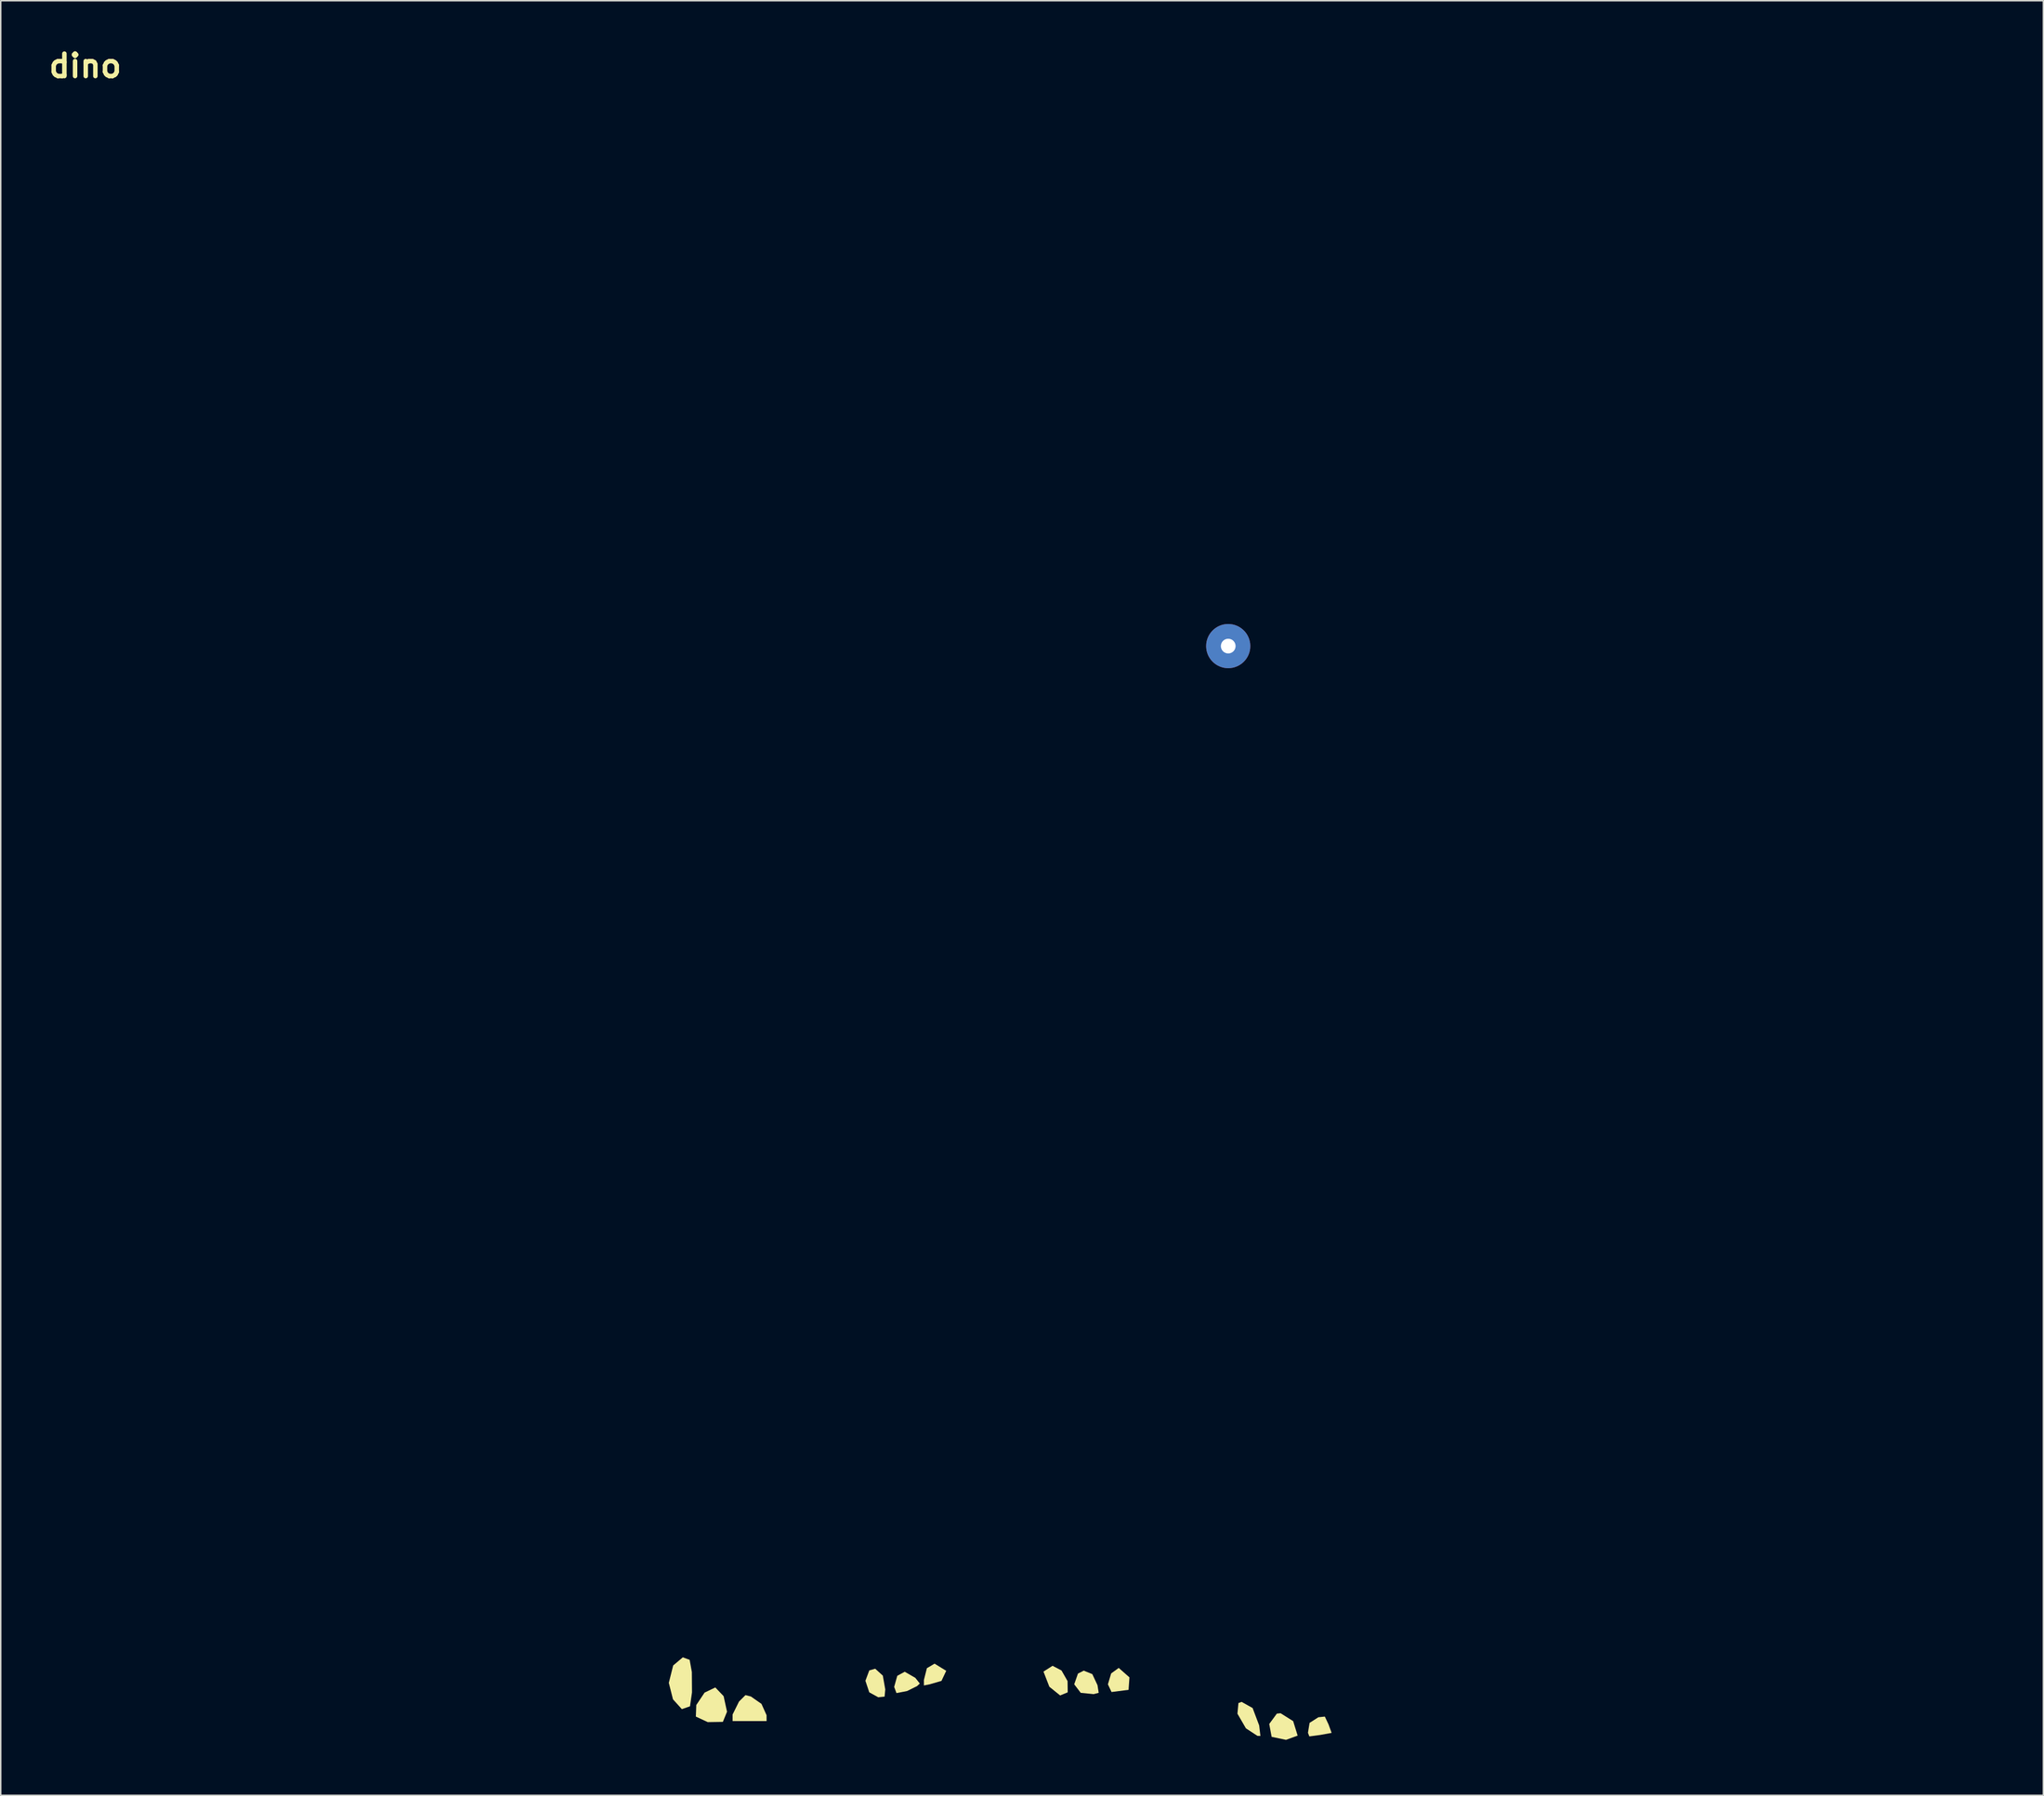
<source format=kicad_pcb>
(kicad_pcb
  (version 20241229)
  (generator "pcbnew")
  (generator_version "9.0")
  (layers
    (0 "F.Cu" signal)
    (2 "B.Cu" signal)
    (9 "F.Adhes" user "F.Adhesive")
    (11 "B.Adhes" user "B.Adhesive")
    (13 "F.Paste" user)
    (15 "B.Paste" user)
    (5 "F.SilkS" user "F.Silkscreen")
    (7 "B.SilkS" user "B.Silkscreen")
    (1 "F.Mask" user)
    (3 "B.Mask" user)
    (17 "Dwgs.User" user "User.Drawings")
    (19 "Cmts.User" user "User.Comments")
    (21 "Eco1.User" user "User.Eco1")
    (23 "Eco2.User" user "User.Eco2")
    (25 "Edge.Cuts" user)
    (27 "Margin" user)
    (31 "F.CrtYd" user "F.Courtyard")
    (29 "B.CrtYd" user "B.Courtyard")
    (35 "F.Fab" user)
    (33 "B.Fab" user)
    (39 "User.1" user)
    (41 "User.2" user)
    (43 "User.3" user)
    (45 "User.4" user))
  (footprint "dino"
    (layer "F.Cu")
    (at 2.736 4.474)
    (property "Reference" "dino" (at 0 -3.048 0) (layer "F.SilkS") (effects (font (size 1.524 1.524) (thickness 0.305))))
    (attr exclude_from_pos_files exclude_from_bom)
    (fp_poly (pts (xy 25.336 74.211) (xy 24.808 73.59) (xy 25.21 74.554) (xy 25.336 74.211)) (stroke (width 0) (type solid)) (fill yes) (layer "F.Mask"))
    (fp_poly (pts (xy 70.174 105.732) (xy 69.661 106.107) (xy 69.44 106.846) (xy 69.686 107.369) (xy 70.841 107.221) (xy 70.902 106.374) (xy 70.174 105.732)) (stroke (width 0) (type solid)) (fill yes) (layer "F.Mask"))
    (fp_poly (pts (xy 65.682 105.588) (xy 65.065 105.982) (xy 65.464 107.01) (xy 66.196 107.601) (xy 66.711 107.39) (xy 66.7 106.626) (xy 66.29 105.907) (xy 65.682 105.588)) (stroke (width 0) (type solid)) (fill yes) (layer "F.Mask"))
    (fp_poly (pts (xy 42.783 107.059) (xy 42.054 107.409) (xy 41.491 108.252) (xy 41.461 109.037) (xy 42.269 109.412) (xy 43.296 109.396) (xy 43.578 108.705) (xy 43.347 107.649) (xy 42.783 107.059)) (stroke (width 0) (type solid)) (fill yes) (layer "F.Mask"))
    (fp_poly (pts (xy 55.644 105.992) (xy 55.138 106.268) (xy 54.927 107.021) (xy 55.084 107.44) (xy 55.808 107.301) (xy 56.482 106.965) (xy 56.668 106.793) (xy 56.365 106.408) (xy 55.644 105.992)) (stroke (width 0) (type solid)) (fill yes) (layer "F.Mask"))
    (fp_poly (pts (xy 57.671 105.443) (xy 57.149 105.751) (xy 56.947 106.551) (xy 56.947 106.923) (xy 57.345 106.843) (xy 58.139 106.613) (xy 58.461 105.929) (xy 57.671 105.443) (xy 57.671 105.443)) (stroke (width 0) (type solid)) (fill yes) (layer "F.Mask"))
    (fp_poly (pts (xy 81.164 108.809) (xy 80.911 108.835) (xy 80.394 109.538) (xy 80.556 110.411) (xy 81.534 110.616) (xy 82.323 110.329) (xy 82.018 109.345) (xy 81.164 108.809) (xy 81.164 108.809)) (stroke (width 0) (type solid)) (fill yes) (layer "F.Mask"))
    (fp_poly (pts (xy 84.169 109.037) (xy 83.73 109.082) (xy 83.132 109.465) (xy 83.023 110.136) (xy 83.117 110.383) (xy 83.85 110.285) (xy 84.63 110.144) (xy 84.42 109.568) (xy 84.169 109.037)) (stroke (width 0) (type solid)) (fill yes) (layer "F.Mask"))
    (fp_poly (pts (xy 44.83 107.578) (xy 44.393 108.015) (xy 43.956 108.896) (xy 43.956 109.34) (xy 45.112 109.34) (xy 46.265 109.34) (xy 46.263 108.943) (xy 45.917 108.174) (xy 45.198 107.672) (xy 44.83 107.578)) (stroke (width 0) (type solid)) (fill yes) (layer "F.Mask"))
    (fp_poly (pts (xy 53.64 105.786) (xy 53.238 105.901) (xy 52.975 106.604) (xy 53.237 107.39) (xy 53.844 107.724) (xy 54.276 107.681) (xy 54.323 107.195) (xy 54.157 106.255) (xy 53.64 105.786) (xy 53.64 105.786)) (stroke (width 0) (type solid)) (fill yes) (layer "F.Mask"))
    (fp_poly (pts (xy 67.799 105.917) (xy 67.407 106.117) (xy 67.152 106.845) (xy 67.595 107.424) (xy 68.473 107.512) (xy 68.814 107.423) (xy 68.732 106.902) (xy 68.38 106.153) (xy 67.799 105.917) (xy 67.799 105.917)) (stroke (width 0) (type solid)) (fill yes) (layer "F.Mask"))
    (fp_poly (pts (xy 78.519 108.039) (xy 78.303 108.118) (xy 78.235 108.84) (xy 78.811 109.835) (xy 79.593 110.346) (xy 79.795 110.351) (xy 79.71 109.636) (xy 79.265 108.456) (xy 78.519 108.039) (xy 78.519 108.039)) (stroke (width 0) (type solid)) (fill yes) (layer "F.Mask"))
    (fp_poly (pts (xy 40.577 105.013) (xy 39.922 105.566) (xy 39.626 106.746) (xy 39.909 107.864) (xy 40.511 108.531) (xy 41.064 108.339) (xy 41.2 107.393) (xy 41.19 106.01) (xy 41.04 105.184) (xy 40.577 105.013) (xy 40.577 105.013)) (stroke (width 0) (type solid)) (fill yes) (layer "F.Mask"))
    (fp_poly (pts (xy 33.825 69.779) (xy 33.785 68.769) (xy 33.652 67.312) (xy 33.486 65.98) (xy 33.348 65.34) (xy 32.52 65.666) (xy 31.205 66.542) (xy 30.497 67.232) (xy 30.022 67.976) (xy 29.787 68.765) (xy 29.739 69.111) (xy 30.749 69.63) (xy 31.911 70.166) (xy 33.012 70.586) (xy 33.636 70.732) (xy 33.825 69.779) (xy 33.825 69.779)) (stroke (width 0) (type solid)) (fill yes) (layer "F.Mask"))
    (fp_poly (pts (xy 113.051 82.915) (xy 114.251 82.614) (xy 115.312 82.32) (xy 116.265 81.852) (xy 117.094 81.227) (xy 117.78 80.461) (xy 118.308 79.569) (xy 118.658 78.568) (xy 118.753 78.18) (xy 118.198 78.083) (xy 117.612 77.956) (xy 116.609 77.72) (xy 115.406 77.425) (xy 113.818 77.066) (xy 112.341 76.813) (xy 110.971 76.666) (xy 109.704 76.626) (xy 108.534 76.691) (xy 107.457 76.863) (xy 106.469 77.141) (xy 105.565 77.526) (xy 104.984 77.888) (xy 105.111 78.314) (xy 106.06 79.181) (xy 107.079 80.039) (xy 107.949 80.678) (xy 108.952 81.285) (xy 110.364 82.046) (xy 111.858 82.812) (xy 112.553 83.036) (xy 113.051 82.915) (xy 113.051 82.915)) (stroke (width 0) (type solid)) (fill yes) (layer "F.Mask"))
    (fp_poly (pts (xy 40.543 69.791) (xy 41.574 69.225) (xy 42.402 68.672) (xy 43.548 67.72) (xy 44.564 66.803) (xy 45.309 66.053) (xy 45.64 65.605) (xy 45.756 64.919) (xy 45.77 63.99) (xy 45.692 62.871) (xy 45.534 61.616) (xy 45.305 60.278) (xy 45.015 58.91) (xy 44.675 57.566) (xy 44.295 56.299) (xy 43.885 55.162) (xy 43.456 54.209) (xy 43.209 53.733) (xy 42.488 54.436) (xy 41.632 55.329) (xy 40.854 56.26) (xy 40.155 57.227) (xy 39.535 58.23) (xy 38.996 59.266) (xy 38.537 60.336) (xy 38.16 61.436) (xy 37.866 62.567) (xy 37.565 63.932) (xy 37.736 65.526) (xy 37.936 66.885) (xy 38.177 67.914) (xy 38.436 68.719) (xy 38.68 69.538) (xy 38.945 70.218) (xy 39.437 70.285) (xy 40.543 69.791)) (stroke (width 0) (type solid)) (fill yes) (layer "F.Mask"))
    (fp_poly (pts (xy 104.364 74.603) (xy 105.584 74.21) (xy 106.558 73.815) (xy 107.612 73.286) (xy 108.895 72.581) (xy 109.942 71.952) (xy 110.844 71.342) (xy 111.691 70.693) (xy 112.577 69.996) (xy 113.241 69.507) (xy 114.3 68.699) (xy 114.552 68.17) (xy 114.071 67.764) (xy 113.525 67.449) (xy 112.682 66.905) (xy 111.725 66.251) (xy 110.001 65.051) (xy 108.634 64.141) (xy 107.531 63.472) (xy 106.599 62.999) (xy 105.746 62.673) (xy 104.879 62.447) (xy 103.905 62.275) (xy 102.776 62.103) (xy 101.896 62.33) (xy 100.851 62.66) (xy 99.939 63.094) (xy 99.083 63.678) (xy 98.207 64.454) (xy 97.071 65.56) (xy 98.102 67.567) (xy 98.853 69.006) (xy 99.506 70.209) (xy 100.073 71.198) (xy 100.568 71.994) (xy 101.001 72.618) (xy 101.549 73.452) (xy 102.091 74.278) (xy 102.632 75.004) (xy 103.137 74.912) (xy 104.364 74.603) (xy 104.364 74.603)) (stroke (width 0) (type solid)) (fill yes) (layer "F.Mask"))
    (fp_poly (pts (xy 69.022 93.76) (xy 69.985 93.636) (xy 71.094 93.438) (xy 72.329 93.17) (xy 73.674 92.835) (xy 74.306 92.669) (xy 74.792 90.937) (xy 75.008 90.093) (xy 75.239 89.077) (xy 75.456 88.017) (xy 75.632 87.039) (xy 75.987 84.874) (xy 75.94 82.781) (xy 75.902 81.277) (xy 75.875 80.601) (xy 75.433 80.393) (xy 74.394 80.189) (xy 73.062 80.037) (xy 71.743 79.981) (xy 70.01 79.993) (xy 68.473 80.374) (xy 67.662 80.59) (xy 66.875 80.842) (xy 66.048 81.158) (xy 65.118 81.569) (xy 64.022 82.103) (xy 62.696 82.79) (xy 61.076 83.661) (xy 59.1 84.744) (xy 59.137 85.656) (xy 59.462 86.891) (xy 59.711 87.712) (xy 59.853 88.821) (xy 59.885 90.092) (xy 59.804 91.396) (xy 59.607 92.606) (xy 59.522 92.977) (xy 60.58 93.236) (xy 61.621 93.451) (xy 62.786 93.625) (xy 64.033 93.752) (xy 65.322 93.832) (xy 66.61 93.862) (xy 67.857 93.839) (xy 69.022 93.76) (xy 69.022 93.76)) (stroke (width 0) (type solid)) (fill yes) (layer "F.Mask"))
    (fp_poly (pts (xy 96.269 59.614) (xy 97.006 59.404) (xy 97.74 59.084) (xy 98.473 58.651) (xy 99.206 58.105) (xy 99.943 57.44) (xy 100.686 56.657) (xy 101.436 55.75) (xy 102.197 54.719) (xy 102.97 53.561) (xy 103.757 52.272) (xy 104.562 50.85) (xy 105.386 49.294) (xy 105.866 48.178) (xy 106.161 47.424) (xy 105.912 47.293) (xy 104.953 46.852) (xy 103.808 46.428) (xy 102.532 46.035) (xy 101.178 45.683) (xy 99.799 45.387) (xy 98.449 45.159) (xy 97.181 45.012) (xy 96.048 44.957) (xy 94.836 45.006) (xy 93.638 45.158) (xy 92.457 45.413) (xy 91.296 45.768) (xy 90.16 46.222) (xy 89.051 46.775) (xy 87.972 47.423) (xy 86.928 48.166) (xy 85.922 49.002) (xy 84.957 49.929) (xy 84.474 50.651) (xy 85.455 51.32) (xy 86.614 51.998) (xy 87.737 52.742) (xy 88.796 53.531) (xy 89.763 54.346) (xy 90.75 55.271) (xy 91.734 56.256) (xy 92.64 57.221) (xy 93.391 58.086) (xy 93.913 58.769) (xy 94.53 59.591) (xy 95.134 59.808) (xy 96.269 59.614)) (stroke (width 0) (type solid)) (fill yes) (layer "F.Mask"))
    (fp_poly (pts (xy 53.149 59.001) (xy 53.89 58.349) (xy 54.546 57.746) (xy 55.494 56.867) (xy 56.479 55.999) (xy 57.486 55.155) (xy 58.499 54.348) (xy 59.5 53.591) (xy 60.474 52.896) (xy 61.405 52.276) (xy 62.274 51.743) (xy 63.649 50.944) (xy 63.839 50.3) (xy 63.968 49.603) (xy 63.971 48.777) (xy 63.845 47.791) (xy 63.582 46.614) (xy 63.177 45.215) (xy 62.625 43.564) (xy 61.704 40.937) (xy 60.762 39.378) (xy 60.201 38.505) (xy 59.635 37.716) (xy 59.187 37.181) (xy 58.555 36.543) (xy 58.004 36.963) (xy 57.083 37.716) (xy 56.2 38.537) (xy 55.36 39.421) (xy 54.567 40.359) (xy 53.825 41.344) (xy 53.137 42.37) (xy 52.507 43.428) (xy 51.94 44.513) (xy 51.44 45.617) (xy 51.01 46.732) (xy 50.655 47.853) (xy 50.378 48.97) (xy 50.183 50.079) (xy 50.075 51.17) (xy 49.985 52.686) (xy 50.364 54.878) (xy 50.649 56.356) (xy 50.939 57.433) (xy 51.29 58.274) (xy 51.756 59.044) (xy 52.292 59.626) (xy 53.149 59.001) (xy 53.149 59.001)) (stroke (width 0) (type solid)) (fill yes) (layer "F.Mask"))
    (fp_poly (pts (xy 71.014 48.419) (xy 71.878 48.262) (xy 72.998 48.131) (xy 74.196 48.047) (xy 76.217 47.954) (xy 77.661 48.206) (xy 78.962 48.483) (xy 80.064 48.796) (xy 81.023 49.133) (xy 81.239 48.888) (xy 81.558 48.247) (xy 81.998 47.027) (xy 82.466 45.508) (xy 82.869 43.969) (xy 83.253 42.325) (xy 83.173 40.721) (xy 83.098 39.493) (xy 82.997 38.446) (xy 82.844 37.455) (xy 82.617 36.394) (xy 82.292 35.138) (xy 81.846 33.561) (xy 81.393 32.263) (xy 80.879 31.164) (xy 80.458 30.591) (xy 79.964 30.655) (xy 78.998 31.018) (xy 77.768 31.584) (xy 76.483 32.257) (xy 75.351 32.942) (xy 74.298 33.659) (xy 73.437 34.286) (xy 72.662 34.908) (xy 71.867 35.609) (xy 70.949 36.474) (xy 70.218 37.254) (xy 69.474 38.18) (xy 68.808 39.13) (xy 68.311 39.984) (xy 67.815 41.169) (xy 67.404 42.517) (xy 67.09 43.944) (xy 66.88 45.368) (xy 66.784 46.703) (xy 66.812 47.868) (xy 66.972 48.778) (xy 67.274 49.351) (xy 67.485 49.562) (xy 68.669 49.13) (xy 69.846 48.743) (xy 71.014 48.419) (xy 71.014 48.419)) (stroke (width 0) (type solid)) (fill yes) (layer "F.Mask"))
    (fp_poly (pts (xy 110.138 93.108) (xy 111.487 92.935) (xy 112.974 92.734) (xy 114.474 92.523) (xy 115.863 92.32) (xy 117.018 92.144) (xy 117.815 92.012) (xy 118.129 91.942) (xy 117.502 91.894) (xy 115.899 91.874) (xy 114.86 91.851) (xy 113.744 91.784) (xy 112.563 91.677) (xy 111.326 91.531) (xy 110.045 91.349) (xy 108.73 91.134) (xy 107.393 90.887) (xy 106.042 90.612) (xy 104.69 90.311) (xy 103.346 89.986) (xy 102.022 89.64) (xy 100.728 89.275) (xy 99.474 88.894) (xy 98.272 88.499) (xy 97.132 88.093) (xy 96.064 87.678) (xy 95.079 87.256) (xy 94.188 86.831) (xy 93.336 86.416) (xy 92.807 86.19) (xy 92.508 86.098) (xy 91.631 87.579) (xy 90.924 88.824) (xy 90.228 90.131) (xy 89.667 91.26) (xy 89.365 91.972) (xy 89.268 92.285) (xy 90.321 92.506) (xy 90.963 92.616) (xy 91.933 92.751) (xy 93.1 92.895) (xy 94.332 93.03) (xy 95.862 93.19) (xy 97.029 93.318) (xy 97.58 93.387) (xy 98.087 93.423) (xy 99.04 93.439) (xy 100.333 93.437) (xy 101.862 93.419) (xy 103.522 93.387) (xy 105.209 93.344) (xy 106.819 93.292) (xy 108.247 93.234) (xy 109.388 93.172) (xy 110.138 93.108) (xy 110.138 93.108)) (stroke (width 0) (type solid)) (fill yes) (layer "F.Mask"))
    (fp_poly (pts (xy 44.931 87.364) (xy 44.784 86.947) (xy 44.465 86.026) (xy 44.041 84.802) (xy 43.305 82.697) (xy 42.974 81.897) (xy 42.786 81.771) (xy 42.24 81.562) (xy 41.159 81.059) (xy 40.036 80.533) (xy 39.082 80.15) (xy 38.083 79.836) (xy 36.824 79.512) (xy 35.927 79.26) (xy 34.953 78.932) (xy 34.115 78.599) (xy 32.889 78.142) (xy 31.752 77.882) (xy 30.552 77.575) (xy 29.583 77) (xy 28.799 76.119) (xy 28.155 74.895) (xy 27.614 73.788) (xy 27.026 72.924) (xy 26.399 72.301) (xy 25.743 71.918) (xy 25.068 71.774) (xy 24.384 71.868) (xy 23.7 72.198) (xy 23.024 72.763) (xy 22.368 73.561) (xy 21.74 74.592) (xy 21.15 75.853) (xy 20.549 77.041) (xy 19.876 77.748) (xy 19.052 77.998) (xy 17.994 77.815) (xy 16.623 77.224) (xy 15.439 76.71) (xy 14.464 76.508) (xy 13.622 76.628) (xy 12.833 77.082) (xy 12.019 77.881) (xy 11.286 79.023) (xy 11.452 80.081) (xy 11.952 80.872) (xy 12.641 81.291) (xy 13.264 81.338) (xy 13.264 79.222) (xy 12.498 79.181) (xy 12.29 79.049) (xy 12.456 78.685) (xy 13.376 78.098) (xy 14.321 77.894) (xy 14.511 78.221) (xy 14.111 78.818) (xy 13.264 79.222) (xy 13.264 81.338) (xy 13.611 81.364) (xy 14.953 81.119) (xy 16.444 80.741) (xy 16.693 81.072) (xy 16.744 81.532) (xy 16.213 81.952) (xy 15.15 82.306) (xy 13.601 82.571) (xy 12.764 82.672) (xy 12.808 82.907) (xy 13.495 83.467) (xy 14.139 83.792) (xy 15.299 83.789) (xy 16.36 83.76) (xy 17.481 83.677) (xy 18.646 83.544) (xy 19.837 83.363) (xy 21.036 83.137) (xy 22.225 82.868) (xy 23.388 82.56) (xy 24.227 82.348) (xy 24.64 82.27) (xy 24.64 75.838) (xy 23.895 75.422) (xy 23.422 74.514) (xy 23.586 73.625) (xy 24.354 72.929) (xy 24.886 72.658) (xy 25.182 72.816) (xy 25.771 73.574) (xy 25.863 74.64) (xy 25.415 75.523) (xy 24.64 75.838) (xy 24.64 82.27) (xy 25.158 82.173) (xy 26.262 82.023) (xy 27.618 81.888) (xy 29.306 81.758) (xy 31.615 81.597) (xy 32.409 81.841) (xy 33.106 82.109) (xy 34.169 82.575) (xy 35.368 83.138) (xy 36.579 83.709) (xy 37.673 84.194) (xy 38.412 84.488) (xy 39.116 84.754) (xy 40.023 85.159) (xy 41.312 85.789) (xy 43.163 86.727) (xy 44.714 87.476) (xy 44.931 87.364) (xy 44.931 87.364)) (stroke (width 0) (type solid)) (fill yes) (layer "F.Mask"))
    (fp_poly (pts (xy 33.825 69.779) (xy 33.785 68.769) (xy 33.652 67.312) (xy 33.486 65.98) (xy 33.348 65.34) (xy 32.52 65.666) (xy 31.205 66.542) (xy 30.497 67.232) (xy 30.022 67.976) (xy 29.787 68.765) (xy 29.739 69.111) (xy 30.749 69.63) (xy 31.911 70.166) (xy 33.012 70.586) (xy 33.636 70.732) (xy 33.825 69.779) (xy 33.825 69.779)) (stroke (width 0) (type solid)) (fill yes) (layer "B.Mask"))
    (fp_poly (pts (xy 113.051 82.915) (xy 114.251 82.614) (xy 115.312 82.32) (xy 116.265 81.852) (xy 117.094 81.227) (xy 117.78 80.461) (xy 118.308 79.569) (xy 118.658 78.568) (xy 118.753 78.18) (xy 118.198 78.083) (xy 117.612 77.956) (xy 116.609 77.72) (xy 115.406 77.425) (xy 113.818 77.066) (xy 112.341 76.813) (xy 110.971 76.666) (xy 109.704 76.626) (xy 108.534 76.691) (xy 107.457 76.863) (xy 106.469 77.141) (xy 105.565 77.526) (xy 104.984 77.888) (xy 105.111 78.314) (xy 106.06 79.181) (xy 107.079 80.039) (xy 107.949 80.678) (xy 108.952 81.285) (xy 110.364 82.046) (xy 111.858 82.812) (xy 112.553 83.036) (xy 113.051 82.915) (xy 113.051 82.915)) (stroke (width 0) (type solid)) (fill yes) (layer "B.Mask"))
    (fp_poly (pts (xy 40.543 69.791) (xy 41.574 69.225) (xy 42.402 68.672) (xy 43.548 67.72) (xy 44.564 66.803) (xy 45.309 66.053) (xy 45.64 65.605) (xy 45.756 64.919) (xy 45.77 63.99) (xy 45.692 62.871) (xy 45.534 61.616) (xy 45.305 60.278) (xy 45.015 58.91) (xy 44.675 57.566) (xy 44.295 56.299) (xy 43.885 55.162) (xy 43.456 54.209) (xy 43.209 53.733) (xy 42.488 54.436) (xy 41.632 55.329) (xy 40.854 56.26) (xy 40.155 57.227) (xy 39.535 58.23) (xy 38.996 59.266) (xy 38.537 60.336) (xy 38.16 61.436) (xy 37.866 62.567) (xy 37.565 63.932) (xy 37.736 65.526) (xy 37.936 66.885) (xy 38.177 67.914) (xy 38.436 68.719) (xy 38.68 69.538) (xy 38.945 70.218) (xy 39.437 70.285) (xy 40.543 69.791)) (stroke (width 0) (type solid)) (fill yes) (layer "B.Mask"))
    (fp_poly (pts (xy 104.364 74.603) (xy 105.584 74.21) (xy 106.558 73.815) (xy 107.612 73.286) (xy 108.895 72.581) (xy 109.942 71.952) (xy 110.844 71.342) (xy 111.691 70.693) (xy 112.577 69.996) (xy 113.241 69.507) (xy 114.3 68.699) (xy 114.552 68.17) (xy 114.071 67.764) (xy 113.525 67.449) (xy 112.682 66.905) (xy 111.725 66.251) (xy 110.001 65.051) (xy 108.634 64.141) (xy 107.531 63.472) (xy 106.599 62.999) (xy 105.746 62.673) (xy 104.879 62.447) (xy 103.905 62.275) (xy 102.776 62.103) (xy 101.896 62.33) (xy 100.851 62.66) (xy 99.939 63.094) (xy 99.083 63.678) (xy 98.207 64.454) (xy 97.071 65.56) (xy 98.102 67.567) (xy 98.853 69.006) (xy 99.506 70.209) (xy 100.073 71.198) (xy 100.568 71.994) (xy 101.001 72.618) (xy 101.549 73.452) (xy 102.091 74.278) (xy 102.632 75.004) (xy 103.137 74.912) (xy 104.364 74.603) (xy 104.364 74.603)) (stroke (width 0) (type solid)) (fill yes) (layer "B.Mask"))
    (fp_poly (pts (xy 96.269 59.614) (xy 97.006 59.404) (xy 97.74 59.084) (xy 98.473 58.651) (xy 99.206 58.105) (xy 99.943 57.44) (xy 100.686 56.657) (xy 101.436 55.75) (xy 102.197 54.719) (xy 102.97 53.561) (xy 103.757 52.272) (xy 104.562 50.85) (xy 105.386 49.294) (xy 105.866 48.178) (xy 106.161 47.424) (xy 105.912 47.293) (xy 104.953 46.852) (xy 103.808 46.428) (xy 102.532 46.035) (xy 101.178 45.683) (xy 99.799 45.387) (xy 98.449 45.159) (xy 97.181 45.012) (xy 96.048 44.957) (xy 94.836 45.006) (xy 93.638 45.158) (xy 92.457 45.413) (xy 91.296 45.768) (xy 90.16 46.222) (xy 89.051 46.775) (xy 87.972 47.423) (xy 86.928 48.166) (xy 85.922 49.002) (xy 84.957 49.929) (xy 84.474 50.651) (xy 85.455 51.32) (xy 86.614 51.998) (xy 87.737 52.742) (xy 88.796 53.531) (xy 89.763 54.346) (xy 90.75 55.271) (xy 91.734 56.256) (xy 92.64 57.221) (xy 93.391 58.086) (xy 93.913 58.769) (xy 94.53 59.591) (xy 95.134 59.808) (xy 96.269 59.614)) (stroke (width 0) (type solid)) (fill yes) (layer "B.Mask"))
    (fp_poly (pts (xy 53.149 59.001) (xy 53.89 58.349) (xy 54.546 57.746) (xy 55.494 56.867) (xy 56.479 55.999) (xy 57.486 55.155) (xy 58.499 54.348) (xy 59.5 53.591) (xy 60.474 52.896) (xy 61.405 52.276) (xy 62.274 51.743) (xy 63.649 50.944) (xy 63.839 50.3) (xy 63.968 49.603) (xy 63.971 48.777) (xy 63.845 47.791) (xy 63.582 46.614) (xy 63.177 45.215) (xy 62.625 43.564) (xy 61.704 40.937) (xy 60.762 39.378) (xy 60.201 38.505) (xy 59.635 37.716) (xy 59.187 37.181) (xy 58.555 36.543) (xy 58.004 36.963) (xy 57.083 37.716) (xy 56.2 38.537) (xy 55.36 39.421) (xy 54.567 40.359) (xy 53.825 41.344) (xy 53.137 42.37) (xy 52.507 43.428) (xy 51.94 44.513) (xy 51.44 45.617) (xy 51.01 46.732) (xy 50.655 47.853) (xy 50.378 48.97) (xy 50.183 50.079) (xy 50.075 51.17) (xy 49.985 52.686) (xy 50.364 54.878) (xy 50.649 56.356) (xy 50.939 57.433) (xy 51.29 58.274) (xy 51.756 59.044) (xy 52.292 59.626) (xy 53.149 59.001) (xy 53.149 59.001)) (stroke (width 0) (type solid)) (fill yes) (layer "B.Mask"))
    (fp_poly (pts (xy 71.014 48.419) (xy 71.878 48.262) (xy 72.998 48.131) (xy 74.196 48.047) (xy 76.217 47.954) (xy 77.661 48.206) (xy 78.962 48.483) (xy 80.064 48.796) (xy 81.023 49.133) (xy 81.239 48.888) (xy 81.558 48.247) (xy 81.998 47.027) (xy 82.466 45.508) (xy 82.869 43.969) (xy 83.253 42.325) (xy 83.173 40.721) (xy 83.098 39.493) (xy 82.997 38.446) (xy 82.844 37.455) (xy 82.617 36.394) (xy 82.292 35.138) (xy 81.846 33.561) (xy 81.393 32.263) (xy 80.879 31.164) (xy 80.458 30.591) (xy 79.964 30.655) (xy 78.998 31.018) (xy 77.768 31.584) (xy 76.483 32.257) (xy 75.351 32.942) (xy 74.298 33.659) (xy 73.437 34.286) (xy 72.662 34.908) (xy 71.867 35.609) (xy 70.949 36.474) (xy 70.218 37.254) (xy 69.474 38.18) (xy 68.808 39.13) (xy 68.311 39.984) (xy 67.815 41.169) (xy 67.404 42.517) (xy 67.09 43.944) (xy 66.88 45.368) (xy 66.784 46.703) (xy 66.812 47.868) (xy 66.972 48.778) (xy 67.274 49.351) (xy 67.485 49.562) (xy 68.669 49.13) (xy 69.846 48.743) (xy 71.014 48.419) (xy 71.014 48.419)) (stroke (width 0) (type solid)) (fill yes) (layer "B.Mask"))
    (fp_poly (pts (xy 70.174 105.732) (xy 69.661 106.107) (xy 69.44 106.846) (xy 69.686 107.369) (xy 70.841 107.221) (xy 70.902 106.374) (xy 70.174 105.732)) (stroke (width 0) (type solid)) (fill yes) (layer "F.SilkS"))
    (fp_poly (pts (xy 65.682 105.588) (xy 65.065 105.982) (xy 65.464 107.01) (xy 66.196 107.601) (xy 66.711 107.39) (xy 66.7 106.626) (xy 66.29 105.907) (xy 65.682 105.588)) (stroke (width 0) (type solid)) (fill yes) (layer "F.SilkS"))
    (fp_poly (pts (xy 42.783 107.059) (xy 42.054 107.409) (xy 41.491 108.252) (xy 41.461 109.037) (xy 42.269 109.412) (xy 43.296 109.396) (xy 43.578 108.705) (xy 43.347 107.649) (xy 42.783 107.059)) (stroke (width 0) (type solid)) (fill yes) (layer "F.SilkS"))
    (fp_poly (pts (xy 55.644 105.992) (xy 55.138 106.268) (xy 54.927 107.021) (xy 55.084 107.44) (xy 55.808 107.301) (xy 56.482 106.965) (xy 56.668 106.793) (xy 56.365 106.408) (xy 55.644 105.992)) (stroke (width 0) (type solid)) (fill yes) (layer "F.SilkS"))
    (fp_poly (pts (xy 57.671 105.443) (xy 57.149 105.751) (xy 56.947 106.551) (xy 56.947 106.923) (xy 57.345 106.843) (xy 58.139 106.613) (xy 58.461 105.929) (xy 57.671 105.443) (xy 57.671 105.443)) (stroke (width 0) (type solid)) (fill yes) (layer "F.SilkS"))
    (fp_poly (pts (xy 81.164 108.809) (xy 80.911 108.835) (xy 80.394 109.538) (xy 80.556 110.411) (xy 81.534 110.616) (xy 82.323 110.329) (xy 82.018 109.345) (xy 81.164 108.809) (xy 81.164 108.809)) (stroke (width 0) (type solid)) (fill yes) (layer "F.SilkS"))
    (fp_poly (pts (xy 84.169 109.037) (xy 83.73 109.082) (xy 83.132 109.465) (xy 83.023 110.136) (xy 83.117 110.383) (xy 83.85 110.285) (xy 84.63 110.144) (xy 84.42 109.568) (xy 84.169 109.037)) (stroke (width 0) (type solid)) (fill yes) (layer "F.SilkS"))
    (fp_poly (pts (xy 44.83 107.578) (xy 44.393 108.015) (xy 43.956 108.896) (xy 43.956 109.34) (xy 45.112 109.34) (xy 46.265 109.34) (xy 46.263 108.943) (xy 45.917 108.174) (xy 45.198 107.672) (xy 44.83 107.578)) (stroke (width 0) (type solid)) (fill yes) (layer "F.SilkS"))
    (fp_poly (pts (xy 53.64 105.786) (xy 53.238 105.901) (xy 52.975 106.604) (xy 53.237 107.39) (xy 53.844 107.724) (xy 54.276 107.681) (xy 54.323 107.195) (xy 54.157 106.255) (xy 53.64 105.786) (xy 53.64 105.786)) (stroke (width 0) (type solid)) (fill yes) (layer "F.SilkS"))
    (fp_poly (pts (xy 67.799 105.917) (xy 67.407 106.117) (xy 67.152 106.845) (xy 67.595 107.424) (xy 68.473 107.512) (xy 68.814 107.423) (xy 68.732 106.902) (xy 68.38 106.153) (xy 67.799 105.917) (xy 67.799 105.917)) (stroke (width 0) (type solid)) (fill yes) (layer "F.SilkS"))
    (fp_poly (pts (xy 78.519 108.039) (xy 78.303 108.118) (xy 78.235 108.84) (xy 78.811 109.835) (xy 79.593 110.346) (xy 79.795 110.351) (xy 79.71 109.636) (xy 79.265 108.456) (xy 78.519 108.039) (xy 78.519 108.039)) (stroke (width 0) (type solid)) (fill yes) (layer "F.SilkS"))
    (fp_poly (pts (xy 40.577 105.013) (xy 39.922 105.566) (xy 39.626 106.746) (xy 39.909 107.864) (xy 40.511 108.531) (xy 41.064 108.339) (xy 41.2 107.393) (xy 41.19 106.01) (xy 41.04 105.184) (xy 40.577 105.013) (xy 40.577 105.013)) (stroke (width 0) (type solid)) (fill yes) (layer "F.SilkS"))
    (fp_poly (pts (xy 81.197 28.618) (xy 80.25 28.855) (xy 79.34 29.134) (xy 78.321 29.591) (xy 76.794 30.407) (xy 75.746 31.009) (xy 74.877 31.578) (xy 73.898 32.303) (xy 73.12 32.896) (xy 72.25 33.556) (xy 71.314 34.264) (xy 71.137 33.219) (xy 70.787 31.685) (xy 70.321 30.363) (xy 69.819 29.435) (xy 69.358 29.086) (xy 68.639 29.347) (xy 67.347 29.965) (xy 65.976 30.69) (xy 65.023 31.272) (xy 64.261 31.936) (xy 63.303 32.91) (xy 62.319 34.013) (xy 61.479 35.062) (xy 60.772 36.017) (xy 60.598 35.763) (xy 59.795 34.839) (xy 59.048 34.559) (xy 58.244 34.881) (xy 57.154 35.682) (xy 56.124 36.52) (xy 55.156 37.392) (xy 54.252 38.297) (xy 53.411 39.234) (xy 52.636 40.202) (xy 51.927 41.198) (xy 51.286 42.222) (xy 50.714 43.271) (xy 50.212 44.345) (xy 49.781 45.442) (xy 49.285 46.573) (xy 48.858 46.359) (xy 48.382 45.992) (xy 47.742 46.392) (xy 46.547 47.807) (xy 45.911 48.733) (xy 45.362 49.795) (xy 44.928 50.929) (xy 44.637 52.075) (xy 44.482 52.911) (xy 44.074 52.257) (xy 43.466 51.645) (xy 42.562 52.156) (xy 41.644 52.952) (xy 40.763 53.852) (xy 39.927 54.839) (xy 39.149 55.894) (xy 38.437 57.002) (xy 37.804 58.144) (xy 37.258 59.303) (xy 36.811 60.462) (xy 36.472 61.603) (xy 36.253 62.708) (xy 35.966 63.761) (xy 35.545 63.606) (xy 34.94 64.012) (xy 34.286 64.026) (xy 34.08 63.592) (xy 33.874 63.422) (xy 32.889 63.813) (xy 31.996 64.252) (xy 31.234 64.76) (xy 30.423 65.274) (xy 29.93 64.715) (xy 29.356 63.913) (xy 28.758 63.642) (xy 28.03 63.9) (xy 27.069 64.686) (xy 26.251 65.57) (xy 25.645 66.48) (xy 25.252 67.411) (xy 25.075 68.361) (xy 25.013 69.207) (xy 23.924 69.795) (xy 23.002 70.329) (xy 22.317 70.788) (xy 21.558 71.339) (xy 20.634 71.934) (xy 19.583 72.553) (xy 18.44 73.178) (xy 17.241 73.788) (xy 16.023 74.366) (xy 14.823 74.892) (xy 13.676 75.346) (xy 12.709 75.783) (xy 11.873 76.321) (xy 11.178 76.953) (xy 10.635 77.67) (xy 10.14 78.479) (xy 10.07 79.457) (xy 10 80.434) (xy 10.365 80.971) (xy 11.012 81.705) (xy 11.294 81.903) (xy 11.226 82.612) (xy 11.158 83.321) (xy 11.716 83.94) (xy 12.486 84.601) (xy 13.476 85.009) (xy 14.919 85.26) (xy 16.371 85.431) (xy 18.244 85.264) (xy 19.104 85.17) (xy 20.06 85.031) (xy 21.165 84.834) (xy 22.473 84.571) (xy 24.038 84.231) (xy 25.914 83.803) (xy 27.028 83.575) (xy 28.026 83.455) (xy 29.035 83.44) (xy 30.185 83.527) (xy 31.602 83.716) (xy 33.99 84.073) (xy 36.05 84.779) (xy 37.653 85.341) (xy 38.934 85.824) (xy 40.009 86.277) (xy 40.995 86.75) (xy 42.008 87.291) (xy 42.951 87.804) (xy 43.898 88.303) (xy 44.643 88.679) (xy 45.689 89.188) (xy 45.689 90.684) (xy 45.645 91.976) (xy 45.517 93.255) (xy 45.305 94.514) (xy 45.013 95.747) (xy 44.642 96.948) (xy 44.196 98.111) (xy 43.676 99.23) (xy 43.084 100.298) (xy 42.424 101.31) (xy 41.698 102.258) (xy 40.907 103.139) (xy 40.136 104.027) (xy 39.556 104.915) (xy 39.169 105.797) (xy 38.977 106.67) (xy 38.884 107.536) (xy 39.291 108.33) (xy 39.986 109.254) (xy 40.969 109.947) (xy 42.152 110.349) (xy 43.018 110.512) (xy 46.259 110.283) (xy 48.221 110.127) (xy 49.698 109.957) (xy 50.782 109.75) (xy 51.564 109.483) (xy 52.138 109.132) (xy 52.594 108.674) (xy 53.029 108.146) (xy 53.485 108.236) (xy 54.111 108.219) (xy 55.126 108.039) (xy 56.387 107.738) (xy 57.751 107.355) (xy 59.075 106.931) (xy 60.216 106.505) (xy 61.031 106.117) (xy 61.77 105.488) (xy 62.173 104.599) (xy 62.266 103.342) (xy 62.074 101.606) (xy 61.962 100.616) (xy 61.898 99.367) (xy 61.887 97.925) (xy 61.886 96.188) (xy 61.848 95.339) (xy 61.999 95.183) (xy 62.458 95.222) (xy 63.453 95.267) (xy 64.768 95.307) (xy 67.321 95.371) (xy 67.249 96.401) (xy 67.096 97.969) (xy 66.862 99.35) (xy 66.543 100.563) (xy 66.134 101.625) (xy 65.631 102.557) (xy 64.806 103.916) (xy 64.463 104.736) (xy 64.394 105.515) (xy 64.544 106.669) (xy 64.997 107.51) (xy 65.76 108.042) (xy 66.841 108.269) (xy 68.246 108.198) (xy 69.402 108.035) (xy 70.516 107.878) (xy 71.601 107.644) (xy 72.691 107.295) (xy 73.785 106.866) (xy 74.158 106.291) (xy 74.472 105.605) (xy 74.696 104.749) (xy 74.92 103.622) (xy 75.226 102.268) (xy 75.436 101.339) (xy 75.638 100.361) (xy 75.787 99.545) (xy 76.028 98.425) (xy 76.391 98.448) (xy 77.162 99.63) (xy 77.774 100.761) (xy 78.191 101.834) (xy 78.419 102.885) (xy 78.461 103.951) (xy 78.323 105.066) (xy 78.01 106.266) (xy 77.42 108.113) (xy 77.502 108.727) (xy 77.779 109.722) (xy 78.355 110.507) (xy 79.292 111.168) (xy 79.682 111.382) (xy 81.847 111.296) (xy 83.801 111.197) (xy 85.331 111.057) (xy 86.512 110.852) (xy 87.418 110.557) (xy 88.124 110.148) (xy 88.706 109.601) (xy 89.237 108.891) (xy 89.755 108.113) (xy 89.865 106.959) (xy 89.898 105.919) (xy 89.862 104.565) (xy 89.774 103.253) (xy 89.65 102.34) (xy 89.491 101.454) (xy 89.31 100.165) (xy 89.134 98.691) (xy 88.989 97.254) (xy 88.901 96.074) (xy 88.802 94.139) (xy 89.366 94.237) (xy 90.358 94.347) (xy 91.951 94.472) (xy 93.196 94.561) (xy 94.518 94.663) (xy 95.631 94.756) (xy 96.597 94.83) (xy 97.612 94.884) (xy 98.676 94.918) (xy 99.785 94.932) (xy 100.938 94.928) (xy 102.134 94.903) (xy 103.369 94.859) (xy 104.643 94.797) (xy 105.953 94.714) (xy 107.298 94.613) (xy 108.675 94.493) (xy 110.082 94.354) (xy 111.518 94.196) (xy 112.981 94.02) (xy 114.468 93.825) (xy 115.329 93.712) (xy 116.501 93.566) (xy 117.829 93.405) (xy 119.159 93.248) (xy 120.701 93.056) (xy 122.038 92.857) (xy 123.209 92.643) (xy 124.251 92.406) (xy 125.202 92.136) (xy 126.1 91.826) (xy 126.983 91.466) (xy 128.099 90.845) (xy 129.315 90.025) (xy 129.942 89.469) (xy 129.955 88.919) (xy 129.565 88.42) (xy 128.787 87.981) (xy 127.637 87.612) (xy 126.13 87.32) (xy 124.887 87.126) (xy 124.529 86.916) (xy 124.628 86.441) (xy 124.76 85.729) (xy 124.871 84.798) (xy 124.967 83.711) (xy 124.745 83.527) (xy 124.085 83.262) (xy 122.939 83.02) (xy 121.624 82.853) (xy 120.458 82.815) (xy 119.231 82.869) (xy 118.412 83.245) (xy 117.646 83.684) (xy 116.952 84.212) (xy 116.187 84.762) (xy 115.338 84.485) (xy 114.728 84.076) (xy 115.415 83.89) (xy 116.277 83.675) (xy 117.11 83.247) (xy 117.899 82.624) (xy 118.629 81.823) (xy 119.284 80.861) (xy 119.847 79.756) (xy 120.305 78.523) (xy 120.617 77.513) (xy 120.269 77.211) (xy 119.516 76.863) (xy 118.132 76.439) (xy 116.637 76.03) (xy 116.228 75.776) (xy 116.475 75.41) (xy 116.923 74.696) (xy 116.788 74.065) (xy 116.229 73.173) (xy 115.415 72.245) (xy 114.516 71.507) (xy 113.774 71.031) (xy 115.477 69.415) (xy 116.603 68.32) (xy 116.99 67.69) (xy 116.653 67.244) (xy 115.603 66.698) (xy 114.369 66.026) (xy 112.982 65.174) (xy 111.686 64.306) (xy 110.728 63.589) (xy 110.354 63.186) (xy 110.925 62.492) (xy 111.657 61.479) (xy 112.33 60.204) (xy 112.793 58.996) (xy 112.897 58.183) (xy 112.572 57.563) (xy 111.92 56.822) (xy 111.018 56.018) (xy 109.94 55.209) (xy 108.764 54.451) (xy 107.566 53.801) (xy 106.421 53.317) (xy 105.447 52.831) (xy 105.684 52.296) (xy 106.265 51.192) (xy 107 49.861) (xy 107.701 48.646) (xy 108.177 47.893) (xy 108.597 47.093) (xy 108.2 46.721) (xy 107.658 46.461) (xy 106.95 46.044) (xy 106.281 45.688) (xy 105.278 45.245) (xy 104.047 44.757) (xy 102.692 44.265) (xy 101.319 43.811) (xy 100.302 43.536) (xy 99.202 43.305) (xy 98.168 43.146) (xy 97.351 43.087) (xy 96.637 42.958) (xy 96.748 42.037) (xy 96.899 40.913) (xy 96.891 39.619) (xy 96.734 38.289) (xy 96.436 37.06) (xy 96.102 36.159) (xy 95.689 35.575) (xy 95.022 35.214) (xy 93.925 34.98) (xy 92.224 34.778) (xy 90.077 34.553) (xy 88.848 34.714) (xy 87.691 34.89) (xy 86.675 35.099) (xy 85.774 35.346) (xy 84.958 35.639) (xy 84.089 35.992) (xy 83.927 35.389) (xy 83.552 34.156) (xy 83.317 33.387) (xy 83.051 32.424) (xy 82.713 31.378) (xy 82.259 30.266) (xy 81.798 29.331) (xy 81.438 28.815) (xy 81.197 28.618)) (stroke (width 0.00001) (type solid)) (fill no) (layer "Edge.Cuts"))
    (pad "" thru_hole circle (at 77.609 36.347) (size 3 3) (drill 1) (layers "*.Cu" "*.Mask") (remove_unused_layers yes) (keep_end_layers yes) (zone_layer_connections))
    (zone (net_name "") (layer "F.Cu") (hatch full 0.508) (connect_pads) (min_thickness 0.254) (filled_areas_thickness no) (keepout (tracks not_allowed) (vias not_allowed) (pads not_allowed) (copperpour not_allowed) (footprints not_allowed)) (placement (enabled no)) (fill) (polygon (pts (xy 36.56 74.253) (xy 36.521 73.243) (xy 36.388 71.787) (xy 36.222 70.454) (xy 36.083 69.814) (xy 35.256 70.14) (xy 33.941 71.016) (xy 33.232 71.706) (xy 32.758 72.45) (xy 32.523 73.24) (xy 32.475 73.586) (xy 33.485 74.105) (xy 34.647 74.641) (xy 35.748 75.061) (xy 36.372 75.206) (xy 36.56 74.253))))
    (zone (net_name "") (layer "F.Cu") (hatch full 0.508) (connect_pads) (min_thickness 0.254) (filled_areas_thickness no) (keepout (tracks not_allowed) (vias not_allowed) (pads not_allowed) (copperpour not_allowed) (footprints not_allowed)) (placement (enabled no)) (fill) (polygon (pts (xy 115.787 87.389) (xy 116.987 87.089) (xy 118.048 86.794) (xy 119.001 86.327) (xy 119.83 85.701) (xy 120.516 84.935) (xy 121.044 84.043) (xy 121.394 83.043) (xy 121.489 82.655) (xy 120.934 82.557) (xy 120.348 82.431) (xy 119.345 82.195) (xy 118.142 81.899) (xy 116.554 81.54) (xy 115.077 81.287) (xy 113.707 81.141) (xy 112.439 81.1) (xy 111.27 81.166) (xy 110.193 81.338) (xy 109.205 81.616) (xy 108.301 82) (xy 107.72 82.362) (xy 107.847 82.788) (xy 108.796 83.655) (xy 109.815 84.513) (xy 110.685 85.153) (xy 111.687 85.76) (xy 113.1 86.521) (xy 114.594 87.286) (xy 115.289 87.511) (xy 115.787 87.389))))
    (zone (net_name "") (layer "F.Cu") (hatch full 0.508) (connect_pads) (min_thickness 0.254) (filled_areas_thickness no) (keepout (tracks not_allowed) (vias not_allowed) (pads not_allowed) (copperpour not_allowed) (footprints not_allowed)) (placement (enabled no)) (fill) (polygon (pts (xy 43.279 74.266) (xy 44.31 73.699) (xy 45.138 73.147) (xy 46.284 72.195) (xy 47.3 71.277) (xy 48.045 70.527) (xy 48.376 70.079) (xy 48.492 69.393) (xy 48.506 68.465) (xy 48.428 67.346) (xy 48.27 66.091) (xy 48.041 64.752) (xy 47.751 63.384) (xy 47.411 62.04) (xy 47.031 60.773) (xy 46.621 59.636) (xy 46.191 58.684) (xy 45.945 58.207) (xy 45.224 58.911) (xy 44.368 59.803) (xy 43.59 60.734) (xy 42.891 61.702) (xy 42.271 62.704) (xy 41.732 63.741) (xy 41.273 64.81) (xy 40.896 65.911) (xy 40.602 67.041) (xy 40.301 68.406) (xy 40.472 70) (xy 40.671 71.36) (xy 40.913 72.388) (xy 41.172 73.193) (xy 41.416 74.012) (xy 41.681 74.692) (xy 42.173 74.759))))
    (zone (net_name "") (layer "F.Cu") (hatch full 0.508) (connect_pads) (min_thickness 0.254) (filled_areas_thickness no) (keepout (tracks not_allowed) (vias not_allowed) (pads not_allowed) (copperpour not_allowed) (footprints not_allowed)) (placement (enabled no)) (fill) (polygon (pts (xy 107.1 79.078) (xy 108.32 78.684) (xy 109.294 78.289) (xy 110.348 77.76) (xy 111.631 77.055) (xy 112.678 76.427) (xy 113.58 75.817) (xy 114.427 75.167) (xy 115.313 74.47) (xy 115.977 73.982) (xy 117.036 73.173) (xy 117.288 72.644) (xy 116.807 72.239) (xy 116.261 71.923) (xy 115.418 71.379) (xy 114.461 70.725) (xy 112.737 69.526) (xy 111.37 68.615) (xy 110.266 67.947) (xy 109.335 67.473) (xy 108.482 67.147) (xy 107.615 66.922) (xy 106.641 66.75) (xy 105.512 66.578) (xy 104.632 66.804) (xy 103.587 67.134) (xy 102.675 67.569) (xy 101.819 68.152) (xy 100.943 68.929) (xy 99.807 70.035) (xy 100.838 72.042) (xy 101.589 73.481) (xy 102.242 74.684) (xy 102.809 75.673) (xy 103.304 76.468) (xy 103.737 77.093) (xy 104.285 77.926) (xy 104.827 78.752) (xy 105.368 79.479) (xy 105.873 79.387) (xy 107.1 79.078))))
    (zone (net_name "") (layer "F.Cu") (hatch full 0.508) (connect_pads) (min_thickness 0.254) (filled_areas_thickness no) (keepout (tracks not_allowed) (vias not_allowed) (pads not_allowed) (copperpour not_allowed) (footprints not_allowed)) (placement (enabled no)) (fill) (polygon (pts (xy 99.005 64.089) (xy 99.742 63.878) (xy 100.476 63.558) (xy 101.209 63.126) (xy 101.942 62.579) (xy 102.679 61.915) (xy 103.422 61.131) (xy 104.172 60.225) (xy 104.933 59.194) (xy 105.706 58.035) (xy 106.493 56.746) (xy 107.298 55.325) (xy 108.122 53.768) (xy 108.602 52.653) (xy 108.897 51.898) (xy 108.648 51.768) (xy 107.689 51.327) (xy 106.544 50.903) (xy 105.268 50.509) (xy 103.914 50.158) (xy 102.535 49.862) (xy 101.185 49.634) (xy 99.916 49.486) (xy 98.784 49.432) (xy 97.572 49.48) (xy 96.374 49.632) (xy 95.193 49.887) (xy 94.032 50.242) (xy 92.896 50.697) (xy 91.786 51.249) (xy 90.708 51.897) (xy 89.664 52.64) (xy 88.658 53.476) (xy 87.692 54.403) (xy 87.21 55.126) (xy 88.191 55.795) (xy 89.349 56.472) (xy 90.473 57.216) (xy 91.532 58.005) (xy 92.499 58.82) (xy 93.486 59.745) (xy 94.47 60.731) (xy 95.376 61.696) (xy 96.127 62.56) (xy 96.649 63.243) (xy 97.265 64.066) (xy 97.87 64.283))))
    (zone (net_name "") (layer "F.Cu") (hatch full 0.508) (connect_pads) (min_thickness 0.254) (filled_areas_thickness no) (keepout (tracks not_allowed) (vias not_allowed) (pads not_allowed) (copperpour not_allowed) (footprints not_allowed)) (placement (enabled no)) (fill) (polygon (pts (xy 55.885 63.475) (xy 56.626 62.824) (xy 57.282 62.22) (xy 58.23 61.341) (xy 59.215 60.474) (xy 60.222 59.63) (xy 61.235 58.823) (xy 62.236 58.066) (xy 63.21 57.37) (xy 64.14 56.75) (xy 65.01 56.217) (xy 66.385 55.419) (xy 66.575 54.774) (xy 66.704 54.078) (xy 66.707 53.252) (xy 66.581 52.266) (xy 66.318 51.089) (xy 65.913 49.69) (xy 65.361 48.038) (xy 64.44 45.412) (xy 63.498 43.853) (xy 62.937 42.98) (xy 62.371 42.19) (xy 61.923 41.655) (xy 61.291 41.017) (xy 60.74 41.437) (xy 59.818 42.19) (xy 58.936 43.012) (xy 58.096 43.895) (xy 57.303 44.833) (xy 56.561 45.818) (xy 55.873 46.844) (xy 55.243 47.903) (xy 54.676 48.988) (xy 54.176 50.091) (xy 53.746 51.207) (xy 53.391 52.327) (xy 53.114 53.445) (xy 52.919 54.553) (xy 52.811 55.645) (xy 52.721 57.16) (xy 53.1 59.353) (xy 53.385 60.83) (xy 53.675 61.907) (xy 54.025 62.749) (xy 54.492 63.518) (xy 55.028 64.101) (xy 55.885 63.475))))
    (zone (net_name "") (layer "F.Cu") (hatch full 0.508) (connect_pads) (min_thickness 0.254) (filled_areas_thickness no) (keepout (tracks not_allowed) (vias not_allowed) (pads not_allowed) (copperpour not_allowed) (footprints not_allowed)) (placement (enabled no)) (fill) (polygon (pts (xy 73.75 52.893) (xy 74.614 52.737) (xy 75.734 52.606) (xy 76.932 52.522) (xy 78.953 52.429) (xy 80.397 52.681) (xy 81.698 52.958) (xy 82.8 53.27) (xy 83.759 53.607) (xy 83.974 53.363) (xy 84.294 52.722) (xy 84.734 51.502) (xy 85.202 49.983) (xy 85.605 48.444) (xy 85.989 46.8) (xy 85.908 45.196) (xy 85.834 43.967) (xy 85.733 42.92) (xy 85.58 41.929) (xy 85.353 40.869) (xy 85.028 39.613) (xy 84.582 38.035) (xy 84.129 36.738) (xy 83.615 35.638) (xy 83.194 35.066) (xy 82.7 35.13) (xy 81.734 35.493) (xy 80.504 36.059) (xy 79.219 36.732) (xy 78.087 37.416) (xy 77.034 38.133) (xy 76.173 38.76) (xy 75.397 39.382) (xy 74.603 40.083) (xy 73.685 40.949) (xy 72.954 41.728) (xy 72.209 42.654) (xy 71.544 43.604) (xy 71.047 44.458) (xy 70.551 45.643) (xy 70.14 46.991) (xy 69.826 48.419) (xy 69.616 49.842) (xy 69.52 51.178) (xy 69.548 52.343) (xy 69.708 53.253) (xy 70.01 53.825) (xy 70.221 54.037) (xy 71.405 53.605) (xy 72.582 53.217) (xy 73.75 52.893))))
    (zone (net_name "") (layer "B.Cu") (hatch full 0.508) (connect_pads) (min_thickness 0.254) (filled_areas_thickness no) (keepout (tracks not_allowed) (vias not_allowed) (pads not_allowed) (copperpour not_allowed) (footprints not_allowed)) (placement (enabled no)) (fill) (polygon (pts (xy 36.56 74.253) (xy 36.521 73.243) (xy 36.388 71.787) (xy 36.222 70.454) (xy 36.083 69.814) (xy 35.256 70.14) (xy 33.941 71.016) (xy 33.232 71.706) (xy 32.758 72.45) (xy 32.523 73.24) (xy 32.475 73.586) (xy 33.485 74.105) (xy 34.647 74.641) (xy 35.748 75.061) (xy 36.372 75.206) (xy 36.56 74.253))))
    (zone (net_name "") (layer "B.Cu") (hatch full 0.508) (connect_pads) (min_thickness 0.254) (filled_areas_thickness no) (keepout (tracks not_allowed) (vias not_allowed) (pads not_allowed) (copperpour not_allowed) (footprints not_allowed)) (placement (enabled no)) (fill) (polygon (pts (xy 115.787 87.389) (xy 116.987 87.089) (xy 118.048 86.794) (xy 119.001 86.327) (xy 119.83 85.701) (xy 120.516 84.935) (xy 121.044 84.043) (xy 121.394 83.043) (xy 121.489 82.655) (xy 120.934 82.557) (xy 120.348 82.431) (xy 119.345 82.195) (xy 118.142 81.899) (xy 116.554 81.54) (xy 115.077 81.287) (xy 113.707 81.141) (xy 112.439 81.1) (xy 111.27 81.166) (xy 110.193 81.338) (xy 109.205 81.616) (xy 108.301 82) (xy 107.72 82.362) (xy 107.847 82.788) (xy 108.796 83.655) (xy 109.815 84.513) (xy 110.685 85.153) (xy 111.687 85.76) (xy 113.1 86.521) (xy 114.594 87.286) (xy 115.289 87.511) (xy 115.787 87.389))))
    (zone (net_name "") (layer "B.Cu") (hatch full 0.508) (connect_pads) (min_thickness 0.254) (filled_areas_thickness no) (keepout (tracks not_allowed) (vias not_allowed) (pads not_allowed) (copperpour not_allowed) (footprints not_allowed)) (placement (enabled no)) (fill) (polygon (pts (xy 43.279 74.266) (xy 44.31 73.699) (xy 45.138 73.147) (xy 46.284 72.195) (xy 47.3 71.277) (xy 48.045 70.527) (xy 48.376 70.079) (xy 48.492 69.393) (xy 48.506 68.465) (xy 48.428 67.346) (xy 48.27 66.091) (xy 48.041 64.752) (xy 47.751 63.384) (xy 47.411 62.04) (xy 47.031 60.773) (xy 46.621 59.636) (xy 46.191 58.684) (xy 45.945 58.207) (xy 45.224 58.911) (xy 44.368 59.803) (xy 43.59 60.734) (xy 42.891 61.702) (xy 42.271 62.704) (xy 41.732 63.741) (xy 41.273 64.81) (xy 40.896 65.911) (xy 40.602 67.041) (xy 40.301 68.406) (xy 40.472 70) (xy 40.671 71.36) (xy 40.913 72.388) (xy 41.172 73.193) (xy 41.416 74.012) (xy 41.681 74.692) (xy 42.173 74.759))))
    (zone (net_name "") (layer "B.Cu") (hatch full 0.508) (connect_pads) (min_thickness 0.254) (filled_areas_thickness no) (keepout (tracks not_allowed) (vias not_allowed) (pads not_allowed) (copperpour not_allowed) (footprints not_allowed)) (placement (enabled no)) (fill) (polygon (pts (xy 107.1 79.078) (xy 108.32 78.684) (xy 109.294 78.289) (xy 110.348 77.76) (xy 111.631 77.055) (xy 112.678 76.427) (xy 113.58 75.817) (xy 114.427 75.167) (xy 115.313 74.47) (xy 115.977 73.982) (xy 117.036 73.173) (xy 117.288 72.644) (xy 116.807 72.239) (xy 116.261 71.923) (xy 115.418 71.379) (xy 114.461 70.725) (xy 112.737 69.526) (xy 111.37 68.615) (xy 110.266 67.947) (xy 109.335 67.473) (xy 108.482 67.147) (xy 107.615 66.922) (xy 106.641 66.75) (xy 105.512 66.578) (xy 104.632 66.804) (xy 103.587 67.134) (xy 102.675 67.569) (xy 101.819 68.152) (xy 100.943 68.929) (xy 99.807 70.035) (xy 100.838 72.042) (xy 101.589 73.481) (xy 102.242 74.684) (xy 102.809 75.673) (xy 103.304 76.468) (xy 103.737 77.093) (xy 104.285 77.926) (xy 104.827 78.752) (xy 105.368 79.479) (xy 105.873 79.387) (xy 107.1 79.078))))
    (zone (net_name "") (layer "B.Cu") (hatch full 0.508) (connect_pads) (min_thickness 0.254) (filled_areas_thickness no) (keepout (tracks not_allowed) (vias not_allowed) (pads not_allowed) (copperpour not_allowed) (footprints not_allowed)) (placement (enabled no)) (fill) (polygon (pts (xy 99.005 64.089) (xy 99.742 63.878) (xy 100.476 63.558) (xy 101.209 63.126) (xy 101.942 62.579) (xy 102.679 61.915) (xy 103.422 61.131) (xy 104.172 60.225) (xy 104.933 59.194) (xy 105.706 58.035) (xy 106.493 56.746) (xy 107.298 55.325) (xy 108.122 53.768) (xy 108.602 52.653) (xy 108.897 51.898) (xy 108.648 51.768) (xy 107.689 51.327) (xy 106.544 50.903) (xy 105.268 50.509) (xy 103.914 50.158) (xy 102.535 49.862) (xy 101.185 49.634) (xy 99.916 49.486) (xy 98.784 49.432) (xy 97.572 49.48) (xy 96.374 49.632) (xy 95.193 49.887) (xy 94.032 50.242) (xy 92.896 50.697) (xy 91.786 51.249) (xy 90.708 51.897) (xy 89.664 52.64) (xy 88.658 53.476) (xy 87.692 54.403) (xy 87.21 55.126) (xy 88.191 55.795) (xy 89.349 56.472) (xy 90.473 57.216) (xy 91.532 58.005) (xy 92.499 58.82) (xy 93.486 59.745) (xy 94.47 60.731) (xy 95.376 61.696) (xy 96.127 62.56) (xy 96.649 63.243) (xy 97.265 64.066) (xy 97.87 64.283))))
    (zone (net_name "") (layer "B.Cu") (hatch full 0.508) (connect_pads) (min_thickness 0.254) (filled_areas_thickness no) (keepout (tracks not_allowed) (vias not_allowed) (pads not_allowed) (copperpour not_allowed) (footprints not_allowed)) (placement (enabled no)) (fill) (polygon (pts (xy 55.885 63.475) (xy 56.626 62.824) (xy 57.282 62.22) (xy 58.23 61.341) (xy 59.215 60.474) (xy 60.222 59.63) (xy 61.235 58.823) (xy 62.236 58.066) (xy 63.21 57.37) (xy 64.14 56.75) (xy 65.01 56.217) (xy 66.385 55.419) (xy 66.575 54.774) (xy 66.704 54.078) (xy 66.707 53.252) (xy 66.581 52.266) (xy 66.318 51.089) (xy 65.913 49.69) (xy 65.361 48.038) (xy 64.44 45.412) (xy 63.498 43.853) (xy 62.937 42.98) (xy 62.371 42.19) (xy 61.923 41.655) (xy 61.291 41.017) (xy 60.74 41.437) (xy 59.818 42.19) (xy 58.936 43.012) (xy 58.096 43.895) (xy 57.303 44.833) (xy 56.561 45.818) (xy 55.873 46.844) (xy 55.243 47.903) (xy 54.676 48.988) (xy 54.176 50.091) (xy 53.746 51.207) (xy 53.391 52.327) (xy 53.114 53.445) (xy 52.919 54.553) (xy 52.811 55.645) (xy 52.721 57.16) (xy 53.1 59.353) (xy 53.385 60.83) (xy 53.675 61.907) (xy 54.025 62.749) (xy 54.492 63.518) (xy 55.028 64.101) (xy 55.885 63.475))))
    (zone (net_name "") (layer "B.Cu") (hatch full 0.508) (connect_pads) (min_thickness 0.254) (filled_areas_thickness no) (keepout (tracks not_allowed) (vias not_allowed) (pads not_allowed) (copperpour not_allowed) (footprints not_allowed)) (placement (enabled no)) (fill) (polygon (pts (xy 73.75 52.893) (xy 74.614 52.737) (xy 75.734 52.606) (xy 76.932 52.522) (xy 78.953 52.429) (xy 80.397 52.681) (xy 81.698 52.958) (xy 82.8 53.27) (xy 83.759 53.607) (xy 83.974 53.363) (xy 84.294 52.722) (xy 84.734 51.502) (xy 85.202 49.983) (xy 85.605 48.444) (xy 85.989 46.8) (xy 85.908 45.196) (xy 85.834 43.967) (xy 85.733 42.92) (xy 85.58 41.929) (xy 85.353 40.869) (xy 85.028 39.613) (xy 84.582 38.035) (xy 84.129 36.738) (xy 83.615 35.638) (xy 83.194 35.066) (xy 82.7 35.13) (xy 81.734 35.493) (xy 80.504 36.059) (xy 79.219 36.732) (xy 78.087 37.416) (xy 77.034 38.133) (xy 76.173 38.76) (xy 75.397 39.382) (xy 74.603 40.083) (xy 73.685 40.949) (xy 72.954 41.728) (xy 72.209 42.654) (xy 71.544 43.604) (xy 71.047 44.458) (xy 70.551 45.643) (xy 70.14 46.991) (xy 69.826 48.419) (xy 69.616 49.842) (xy 69.52 51.178) (xy 69.548 52.343) (xy 69.708 53.253) (xy 70.01 53.825) (xy 70.221 54.037) (xy 71.405 53.605) (xy 72.582 53.217) (xy 73.75 52.893)))))
  (gr_rect
    (start -3 -3)
    (end 135.691 118.857)
    (stroke (width 0.1) (type default))
    (fill no)
    (layer "Edge.Cuts")))
</source>
